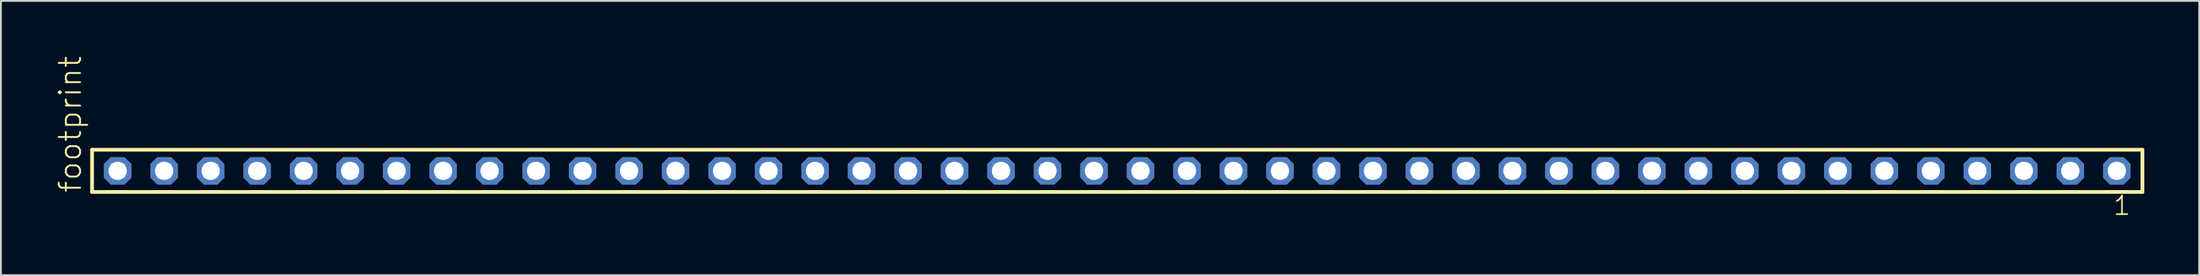
<source format=kicad_pcb>
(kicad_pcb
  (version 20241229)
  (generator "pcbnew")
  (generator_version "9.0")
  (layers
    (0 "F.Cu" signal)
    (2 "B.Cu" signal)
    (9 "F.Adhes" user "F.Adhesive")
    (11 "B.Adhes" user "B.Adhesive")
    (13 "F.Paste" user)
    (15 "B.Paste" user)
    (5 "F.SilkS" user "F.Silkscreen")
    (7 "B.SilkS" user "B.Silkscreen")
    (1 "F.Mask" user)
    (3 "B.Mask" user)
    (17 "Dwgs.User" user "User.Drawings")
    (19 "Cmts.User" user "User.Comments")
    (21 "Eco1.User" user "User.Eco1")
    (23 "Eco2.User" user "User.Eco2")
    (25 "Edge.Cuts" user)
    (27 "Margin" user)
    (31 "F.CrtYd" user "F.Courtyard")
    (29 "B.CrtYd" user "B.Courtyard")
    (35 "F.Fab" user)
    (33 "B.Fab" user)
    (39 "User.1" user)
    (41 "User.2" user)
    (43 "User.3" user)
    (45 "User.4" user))
  (footprint "footprint"
    (layer "F.Cu")
    (at 57.988 6.312)
    (property "Reference" "footprint" (at -56.515 1.27 90) (layer "F.SilkS") (effects (font (size 1.168 1.168) (thickness 0.102)) (justify left bottom)))
    (fp_line (start -56.009 -1.155) (end 56.009 -1.155) (stroke (width 0.203) (type solid)) (layer "F.SilkS"))
    (fp_line (start -56.009 1.155) (end -56.009 -1.155) (stroke (width 0.203) (type solid)) (layer "F.SilkS"))
    (fp_line (start 56.009 -1.155) (end 56.009 1.155) (stroke (width 0.203) (type solid)) (layer "F.SilkS"))
    (fp_line (start 56.009 1.155) (end -56.009 1.155) (stroke (width 0.203) (type solid)) (layer "F.SilkS"))
    (fp_poly (pts (xy -54.96 0.35) (xy -54.26 0.35) (xy -54.26 -0.35) (xy -54.96 -0.35)) (stroke (width 0.1) (type solid)) (fill no) (layer "F.Fab"))
    (fp_poly (pts (xy -52.42 0.35) (xy -51.72 0.35) (xy -51.72 -0.35) (xy -52.42 -0.35)) (stroke (width 0.1) (type solid)) (fill no) (layer "F.Fab"))
    (fp_poly (pts (xy -49.88 0.35) (xy -49.18 0.35) (xy -49.18 -0.35) (xy -49.88 -0.35)) (stroke (width 0.1) (type solid)) (fill no) (layer "F.Fab"))
    (fp_poly (pts (xy -47.34 0.35) (xy -46.64 0.35) (xy -46.64 -0.35) (xy -47.34 -0.35)) (stroke (width 0.1) (type solid)) (fill no) (layer "F.Fab"))
    (fp_poly (pts (xy -44.8 0.35) (xy -44.1 0.35) (xy -44.1 -0.35) (xy -44.8 -0.35)) (stroke (width 0.1) (type solid)) (fill no) (layer "F.Fab"))
    (fp_poly (pts (xy -42.26 0.35) (xy -41.56 0.35) (xy -41.56 -0.35) (xy -42.26 -0.35)) (stroke (width 0.1) (type solid)) (fill no) (layer "F.Fab"))
    (fp_poly (pts (xy -39.72 0.35) (xy -39.02 0.35) (xy -39.02 -0.35) (xy -39.72 -0.35)) (stroke (width 0.1) (type solid)) (fill no) (layer "F.Fab"))
    (fp_poly (pts (xy -37.18 0.35) (xy -36.48 0.35) (xy -36.48 -0.35) (xy -37.18 -0.35)) (stroke (width 0.1) (type solid)) (fill no) (layer "F.Fab"))
    (fp_poly (pts (xy -34.64 0.35) (xy -33.94 0.35) (xy -33.94 -0.35) (xy -34.64 -0.35)) (stroke (width 0.1) (type solid)) (fill no) (layer "F.Fab"))
    (fp_poly (pts (xy -32.1 0.35) (xy -31.4 0.35) (xy -31.4 -0.35) (xy -32.1 -0.35)) (stroke (width 0.1) (type solid)) (fill no) (layer "F.Fab"))
    (fp_poly (pts (xy -29.56 0.35) (xy -28.86 0.35) (xy -28.86 -0.35) (xy -29.56 -0.35)) (stroke (width 0.1) (type solid)) (fill no) (layer "F.Fab"))
    (fp_poly (pts (xy -27.02 0.35) (xy -26.32 0.35) (xy -26.32 -0.35) (xy -27.02 -0.35)) (stroke (width 0.1) (type solid)) (fill no) (layer "F.Fab"))
    (fp_poly (pts (xy -24.48 0.35) (xy -23.78 0.35) (xy -23.78 -0.35) (xy -24.48 -0.35)) (stroke (width 0.1) (type solid)) (fill no) (layer "F.Fab"))
    (fp_poly (pts (xy -21.94 0.35) (xy -21.24 0.35) (xy -21.24 -0.35) (xy -21.94 -0.35)) (stroke (width 0.1) (type solid)) (fill no) (layer "F.Fab"))
    (fp_poly (pts (xy -19.4 0.35) (xy -18.7 0.35) (xy -18.7 -0.35) (xy -19.4 -0.35)) (stroke (width 0.1) (type solid)) (fill no) (layer "F.Fab"))
    (fp_poly (pts (xy -16.86 0.35) (xy -16.16 0.35) (xy -16.16 -0.35) (xy -16.86 -0.35)) (stroke (width 0.1) (type solid)) (fill no) (layer "F.Fab"))
    (fp_poly (pts (xy -14.32 0.35) (xy -13.62 0.35) (xy -13.62 -0.35) (xy -14.32 -0.35)) (stroke (width 0.1) (type solid)) (fill no) (layer "F.Fab"))
    (fp_poly (pts (xy -11.78 0.35) (xy -11.08 0.35) (xy -11.08 -0.35) (xy -11.78 -0.35)) (stroke (width 0.1) (type solid)) (fill no) (layer "F.Fab"))
    (fp_poly (pts (xy -9.24 0.35) (xy -8.54 0.35) (xy -8.54 -0.35) (xy -9.24 -0.35)) (stroke (width 0.1) (type solid)) (fill no) (layer "F.Fab"))
    (fp_poly (pts (xy -6.7 0.35) (xy -6 0.35) (xy -6 -0.35) (xy -6.7 -0.35)) (stroke (width 0.1) (type solid)) (fill no) (layer "F.Fab"))
    (fp_poly (pts (xy -4.16 0.35) (xy -3.46 0.35) (xy -3.46 -0.35) (xy -4.16 -0.35)) (stroke (width 0.1) (type solid)) (fill no) (layer "F.Fab"))
    (fp_poly (pts (xy -1.62 0.35) (xy -0.92 0.35) (xy -0.92 -0.35) (xy -1.62 -0.35)) (stroke (width 0.1) (type solid)) (fill no) (layer "F.Fab"))
    (fp_poly (pts (xy 0.92 0.35) (xy 1.62 0.35) (xy 1.62 -0.35) (xy 0.92 -0.35)) (stroke (width 0.1) (type solid)) (fill no) (layer "F.Fab"))
    (fp_poly (pts (xy 3.46 0.35) (xy 4.16 0.35) (xy 4.16 -0.35) (xy 3.46 -0.35)) (stroke (width 0.1) (type solid)) (fill no) (layer "F.Fab"))
    (fp_poly (pts (xy 6 0.35) (xy 6.7 0.35) (xy 6.7 -0.35) (xy 6 -0.35)) (stroke (width 0.1) (type solid)) (fill no) (layer "F.Fab"))
    (fp_poly (pts (xy 8.54 0.35) (xy 9.24 0.35) (xy 9.24 -0.35) (xy 8.54 -0.35)) (stroke (width 0.1) (type solid)) (fill no) (layer "F.Fab"))
    (fp_poly (pts (xy 11.08 0.35) (xy 11.78 0.35) (xy 11.78 -0.35) (xy 11.08 -0.35)) (stroke (width 0.1) (type solid)) (fill no) (layer "F.Fab"))
    (fp_poly (pts (xy 13.62 0.35) (xy 14.32 0.35) (xy 14.32 -0.35) (xy 13.62 -0.35)) (stroke (width 0.1) (type solid)) (fill no) (layer "F.Fab"))
    (fp_poly (pts (xy 16.16 0.35) (xy 16.86 0.35) (xy 16.86 -0.35) (xy 16.16 -0.35)) (stroke (width 0.1) (type solid)) (fill no) (layer "F.Fab"))
    (fp_poly (pts (xy 18.7 0.35) (xy 19.4 0.35) (xy 19.4 -0.35) (xy 18.7 -0.35)) (stroke (width 0.1) (type solid)) (fill no) (layer "F.Fab"))
    (fp_poly (pts (xy 21.24 0.35) (xy 21.94 0.35) (xy 21.94 -0.35) (xy 21.24 -0.35)) (stroke (width 0.1) (type solid)) (fill no) (layer "F.Fab"))
    (fp_poly (pts (xy 23.78 0.35) (xy 24.48 0.35) (xy 24.48 -0.35) (xy 23.78 -0.35)) (stroke (width 0.1) (type solid)) (fill no) (layer "F.Fab"))
    (fp_poly (pts (xy 26.32 0.35) (xy 27.02 0.35) (xy 27.02 -0.35) (xy 26.32 -0.35)) (stroke (width 0.1) (type solid)) (fill no) (layer "F.Fab"))
    (fp_poly (pts (xy 28.86 0.35) (xy 29.56 0.35) (xy 29.56 -0.35) (xy 28.86 -0.35)) (stroke (width 0.1) (type solid)) (fill no) (layer "F.Fab"))
    (fp_poly (pts (xy 31.4 0.35) (xy 32.1 0.35) (xy 32.1 -0.35) (xy 31.4 -0.35)) (stroke (width 0.1) (type solid)) (fill no) (layer "F.Fab"))
    (fp_poly (pts (xy 33.94 0.35) (xy 34.64 0.35) (xy 34.64 -0.35) (xy 33.94 -0.35)) (stroke (width 0.1) (type solid)) (fill no) (layer "F.Fab"))
    (fp_poly (pts (xy 36.48 0.35) (xy 37.18 0.35) (xy 37.18 -0.35) (xy 36.48 -0.35)) (stroke (width 0.1) (type solid)) (fill no) (layer "F.Fab"))
    (fp_poly (pts (xy 39.02 0.35) (xy 39.72 0.35) (xy 39.72 -0.35) (xy 39.02 -0.35)) (stroke (width 0.1) (type solid)) (fill no) (layer "F.Fab"))
    (fp_poly (pts (xy 41.56 0.35) (xy 42.26 0.35) (xy 42.26 -0.35) (xy 41.56 -0.35)) (stroke (width 0.1) (type solid)) (fill no) (layer "F.Fab"))
    (fp_poly (pts (xy 44.1 0.35) (xy 44.8 0.35) (xy 44.8 -0.35) (xy 44.1 -0.35)) (stroke (width 0.1) (type solid)) (fill no) (layer "F.Fab"))
    (fp_poly (pts (xy 46.64 0.35) (xy 47.34 0.35) (xy 47.34 -0.35) (xy 46.64 -0.35)) (stroke (width 0.1) (type solid)) (fill no) (layer "F.Fab"))
    (fp_poly (pts (xy 49.18 0.35) (xy 49.88 0.35) (xy 49.88 -0.35) (xy 49.18 -0.35)) (stroke (width 0.1) (type solid)) (fill no) (layer "F.Fab"))
    (fp_poly (pts (xy 51.72 0.35) (xy 52.42 0.35) (xy 52.42 -0.35) (xy 51.72 -0.35)) (stroke (width 0.1) (type solid)) (fill no) (layer "F.Fab"))
    (fp_poly (pts (xy 54.26 0.35) (xy 54.96 0.35) (xy 54.96 -0.35) (xy 54.26 -0.35)) (stroke (width 0.1) (type solid)) (fill no) (layer "F.Fab"))
    (fp_text user "1" (at 54.352 2.498 0) (layer "F.SilkS") (effects (font (size 1.012 1.012) (thickness 0.088)) (justify left bottom)))
    (pad "1" thru_hole roundrect (at 54.61 0 180) (size 1.5 1.5) (drill 1) (layers "*.Cu" "*.Mask") (roundrect_rratio 0.25) (chamfer_ratio 0.25) (chamfer top_left top_right bottom_left bottom_right))
    (pad "2" thru_hole roundrect (at 52.07 0 180) (size 1.5 1.5) (drill 1) (layers "*.Cu" "*.Mask") (roundrect_rratio 0.25) (chamfer_ratio 0.25) (chamfer top_left top_right bottom_left bottom_right))
    (pad "3" thru_hole roundrect (at 49.53 0 180) (size 1.5 1.5) (drill 1) (layers "*.Cu" "*.Mask") (roundrect_rratio 0.25) (chamfer_ratio 0.25) (chamfer top_left top_right bottom_left bottom_right))
    (pad "4" thru_hole roundrect (at 46.99 0 180) (size 1.5 1.5) (drill 1) (layers "*.Cu" "*.Mask") (roundrect_rratio 0.25) (chamfer_ratio 0.25) (chamfer top_left top_right bottom_left bottom_right))
    (pad "5" thru_hole roundrect (at 44.45 0 180) (size 1.5 1.5) (drill 1) (layers "*.Cu" "*.Mask") (roundrect_rratio 0.25) (chamfer_ratio 0.25) (chamfer top_left top_right bottom_left bottom_right))
    (pad "6" thru_hole roundrect (at 41.91 0 180) (size 1.5 1.5) (drill 1) (layers "*.Cu" "*.Mask") (roundrect_rratio 0.25) (chamfer_ratio 0.25) (chamfer top_left top_right bottom_left bottom_right))
    (pad "7" thru_hole roundrect (at 39.37 0 180) (size 1.5 1.5) (drill 1) (layers "*.Cu" "*.Mask") (roundrect_rratio 0.25) (chamfer_ratio 0.25) (chamfer top_left top_right bottom_left bottom_right))
    (pad "8" thru_hole roundrect (at 36.83 0 180) (size 1.5 1.5) (drill 1) (layers "*.Cu" "*.Mask") (roundrect_rratio 0.25) (chamfer_ratio 0.25) (chamfer top_left top_right bottom_left bottom_right))
    (pad "9" thru_hole roundrect (at 34.29 0 180) (size 1.5 1.5) (drill 1) (layers "*.Cu" "*.Mask") (roundrect_rratio 0.25) (chamfer_ratio 0.25) (chamfer top_left top_right bottom_left bottom_right))
    (pad "10" thru_hole roundrect (at 31.75 0 180) (size 1.5 1.5) (drill 1) (layers "*.Cu" "*.Mask") (roundrect_rratio 0.25) (chamfer_ratio 0.25) (chamfer top_left top_right bottom_left bottom_right))
    (pad "11" thru_hole roundrect (at 29.21 0 180) (size 1.5 1.5) (drill 1) (layers "*.Cu" "*.Mask") (roundrect_rratio 0.25) (chamfer_ratio 0.25) (chamfer top_left top_right bottom_left bottom_right))
    (pad "12" thru_hole roundrect (at 26.67 0 180) (size 1.5 1.5) (drill 1) (layers "*.Cu" "*.Mask") (roundrect_rratio 0.25) (chamfer_ratio 0.25) (chamfer top_left top_right bottom_left bottom_right))
    (pad "13" thru_hole roundrect (at 24.13 0 180) (size 1.5 1.5) (drill 1) (layers "*.Cu" "*.Mask") (roundrect_rratio 0.25) (chamfer_ratio 0.25) (chamfer top_left top_right bottom_left bottom_right))
    (pad "14" thru_hole roundrect (at 21.59 0 180) (size 1.5 1.5) (drill 1) (layers "*.Cu" "*.Mask") (roundrect_rratio 0.25) (chamfer_ratio 0.25) (chamfer top_left top_right bottom_left bottom_right))
    (pad "15" thru_hole roundrect (at 19.05 0 180) (size 1.5 1.5) (drill 1) (layers "*.Cu" "*.Mask") (roundrect_rratio 0.25) (chamfer_ratio 0.25) (chamfer top_left top_right bottom_left bottom_right))
    (pad "16" thru_hole roundrect (at 16.51 0 180) (size 1.5 1.5) (drill 1) (layers "*.Cu" "*.Mask") (roundrect_rratio 0.25) (chamfer_ratio 0.25) (chamfer top_left top_right bottom_left bottom_right))
    (pad "17" thru_hole roundrect (at 13.97 0 180) (size 1.5 1.5) (drill 1) (layers "*.Cu" "*.Mask") (roundrect_rratio 0.25) (chamfer_ratio 0.25) (chamfer top_left top_right bottom_left bottom_right))
    (pad "18" thru_hole roundrect (at 11.43 0 180) (size 1.5 1.5) (drill 1) (layers "*.Cu" "*.Mask") (roundrect_rratio 0.25) (chamfer_ratio 0.25) (chamfer top_left top_right bottom_left bottom_right))
    (pad "19" thru_hole roundrect (at 8.89 0 180) (size 1.5 1.5) (drill 1) (layers "*.Cu" "*.Mask") (roundrect_rratio 0.25) (chamfer_ratio 0.25) (chamfer top_left top_right bottom_left bottom_right))
    (pad "20" thru_hole roundrect (at 6.35 0 180) (size 1.5 1.5) (drill 1) (layers "*.Cu" "*.Mask") (roundrect_rratio 0.25) (chamfer_ratio 0.25) (chamfer top_left top_right bottom_left bottom_right))
    (pad "21" thru_hole roundrect (at 3.81 0 180) (size 1.5 1.5) (drill 1) (layers "*.Cu" "*.Mask") (roundrect_rratio 0.25) (chamfer_ratio 0.25) (chamfer top_left top_right bottom_left bottom_right))
    (pad "22" thru_hole roundrect (at 1.27 0 180) (size 1.5 1.5) (drill 1) (layers "*.Cu" "*.Mask") (roundrect_rratio 0.25) (chamfer_ratio 0.25) (chamfer top_left top_right bottom_left bottom_right))
    (pad "23" thru_hole roundrect (at -1.27 0 180) (size 1.5 1.5) (drill 1) (layers "*.Cu" "*.Mask") (roundrect_rratio 0.25) (chamfer_ratio 0.25) (chamfer top_left top_right bottom_left bottom_right))
    (pad "24" thru_hole roundrect (at -3.81 0 180) (size 1.5 1.5) (drill 1) (layers "*.Cu" "*.Mask") (roundrect_rratio 0.25) (chamfer_ratio 0.25) (chamfer top_left top_right bottom_left bottom_right))
    (pad "25" thru_hole roundrect (at -6.35 0 180) (size 1.5 1.5) (drill 1) (layers "*.Cu" "*.Mask") (roundrect_rratio 0.25) (chamfer_ratio 0.25) (chamfer top_left top_right bottom_left bottom_right))
    (pad "26" thru_hole roundrect (at -8.89 0 180) (size 1.5 1.5) (drill 1) (layers "*.Cu" "*.Mask") (roundrect_rratio 0.25) (chamfer_ratio 0.25) (chamfer top_left top_right bottom_left bottom_right))
    (pad "27" thru_hole roundrect (at -11.43 0 180) (size 1.5 1.5) (drill 1) (layers "*.Cu" "*.Mask") (roundrect_rratio 0.25) (chamfer_ratio 0.25) (chamfer top_left top_right bottom_left bottom_right))
    (pad "28" thru_hole roundrect (at -13.97 0 180) (size 1.5 1.5) (drill 1) (layers "*.Cu" "*.Mask") (roundrect_rratio 0.25) (chamfer_ratio 0.25) (chamfer top_left top_right bottom_left bottom_right))
    (pad "29" thru_hole roundrect (at -16.51 0 180) (size 1.5 1.5) (drill 1) (layers "*.Cu" "*.Mask") (roundrect_rratio 0.25) (chamfer_ratio 0.25) (chamfer top_left top_right bottom_left bottom_right))
    (pad "30" thru_hole roundrect (at -19.05 0 180) (size 1.5 1.5) (drill 1) (layers "*.Cu" "*.Mask") (roundrect_rratio 0.25) (chamfer_ratio 0.25) (chamfer top_left top_right bottom_left bottom_right))
    (pad "31" thru_hole roundrect (at -21.59 0 180) (size 1.5 1.5) (drill 1) (layers "*.Cu" "*.Mask") (roundrect_rratio 0.25) (chamfer_ratio 0.25) (chamfer top_left top_right bottom_left bottom_right))
    (pad "32" thru_hole roundrect (at -24.13 0 180) (size 1.5 1.5) (drill 1) (layers "*.Cu" "*.Mask") (roundrect_rratio 0.25) (chamfer_ratio 0.25) (chamfer top_left top_right bottom_left bottom_right))
    (pad "33" thru_hole roundrect (at -26.67 0 180) (size 1.5 1.5) (drill 1) (layers "*.Cu" "*.Mask") (roundrect_rratio 0.25) (chamfer_ratio 0.25) (chamfer top_left top_right bottom_left bottom_right))
    (pad "34" thru_hole roundrect (at -29.21 0 180) (size 1.5 1.5) (drill 1) (layers "*.Cu" "*.Mask") (roundrect_rratio 0.25) (chamfer_ratio 0.25) (chamfer top_left top_right bottom_left bottom_right))
    (pad "35" thru_hole roundrect (at -31.75 0 180) (size 1.5 1.5) (drill 1) (layers "*.Cu" "*.Mask") (roundrect_rratio 0.25) (chamfer_ratio 0.25) (chamfer top_left top_right bottom_left bottom_right))
    (pad "36" thru_hole roundrect (at -34.29 0 180) (size 1.5 1.5) (drill 1) (layers "*.Cu" "*.Mask") (roundrect_rratio 0.25) (chamfer_ratio 0.25) (chamfer top_left top_right bottom_left bottom_right))
    (pad "37" thru_hole roundrect (at -36.83 0 180) (size 1.5 1.5) (drill 1) (layers "*.Cu" "*.Mask") (roundrect_rratio 0.25) (chamfer_ratio 0.25) (chamfer top_left top_right bottom_left bottom_right))
    (pad "38" thru_hole roundrect (at -39.37 0 180) (size 1.5 1.5) (drill 1) (layers "*.Cu" "*.Mask") (roundrect_rratio 0.25) (chamfer_ratio 0.25) (chamfer top_left top_right bottom_left bottom_right))
    (pad "39" thru_hole roundrect (at -41.91 0 180) (size 1.5 1.5) (drill 1) (layers "*.Cu" "*.Mask") (roundrect_rratio 0.25) (chamfer_ratio 0.25) (chamfer top_left top_right bottom_left bottom_right))
    (pad "40" thru_hole roundrect (at -44.45 0 180) (size 1.5 1.5) (drill 1) (layers "*.Cu" "*.Mask") (roundrect_rratio 0.25) (chamfer_ratio 0.25) (chamfer top_left top_right bottom_left bottom_right))
    (pad "41" thru_hole roundrect (at -46.99 0 180) (size 1.5 1.5) (drill 1) (layers "*.Cu" "*.Mask") (roundrect_rratio 0.25) (chamfer_ratio 0.25) (chamfer top_left top_right bottom_left bottom_right))
    (pad "42" thru_hole roundrect (at -49.53 0 180) (size 1.5 1.5) (drill 1) (layers "*.Cu" "*.Mask") (roundrect_rratio 0.25) (chamfer_ratio 0.25) (chamfer top_left top_right bottom_left bottom_right))
    (pad "43" thru_hole roundrect (at -52.07 0 180) (size 1.5 1.5) (drill 1) (layers "*.Cu" "*.Mask") (roundrect_rratio 0.25) (chamfer_ratio 0.25) (chamfer top_left top_right bottom_left bottom_right))
    (pad "44" thru_hole roundrect (at -54.61 0 180) (size 1.5 1.5) (drill 1) (layers "*.Cu" "*.Mask") (roundrect_rratio 0.25) (chamfer_ratio 0.25) (chamfer top_left top_right bottom_left bottom_right)))
  (gr_rect
    (start -3 -3)
    (end 117.099 12.027)
    (stroke (width 0.1) (type default))
    (fill no)
    (layer "Edge.Cuts")))
</source>
